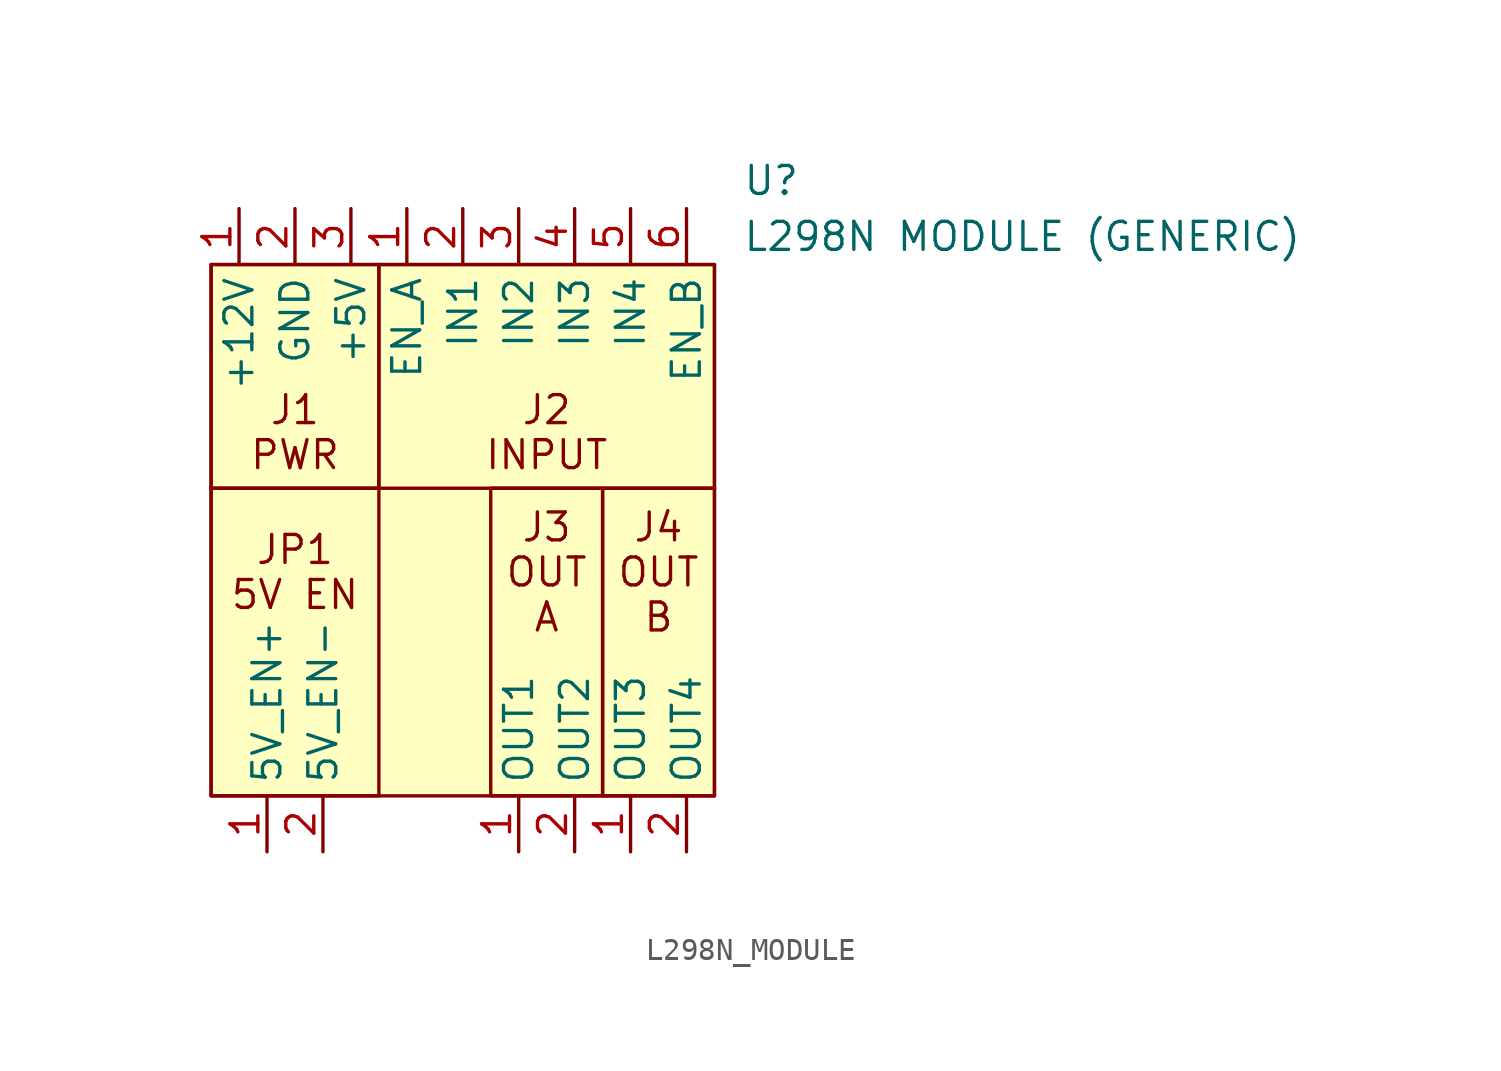
<source format=kicad_sym>
(kicad_symbol_lib
  (version 20231120)
  (generator "kicad_symbol_editor")
  (generator_version "8.0")
  (symbol "L298N_MODULE"
    (property "Reference" "U"
      (at 12.7 17.78 0)
      (effects (font (size 1.27 1.27)) (justify left)))
    (property "Value" "L298N MODULE (GENERIC)"
      (at 12.7 15.24 0)
      (effects (font (size 1.27 1.27)) (justify left)))
    (symbol "L298N_MODULE_1_0"
      (pin unspecified line (at -10.16 16.51 270) (length 2.54) (name "+12V" (effects (font (size 1.27 1.27)))) (number "1" (effects (font (size 1.27 1.27)))))
      (pin unspecified line (at -8.89 -12.7 90) (length 2.54) (name "5V_EN+" (effects (font (size 1.27 1.27)))) (number "1" (effects (font (size 1.27 1.27)))))
      (pin unspecified line (at -2.54 16.51 270) (length 2.54) (name "EN_A" (effects (font (size 1.27 1.27)))) (number "1" (effects (font (size 1.27 1.27)))))
      (pin unspecified line (at 2.54 -12.7 90) (length 2.54) (name "OUT1" (effects (font (size 1.27 1.27)))) (number "1" (effects (font (size 1.27 1.27)))))
      (pin unspecified line (at 7.62 -12.7 90) (length 2.54) (name "OUT3" (effects (font (size 1.27 1.27)))) (number "1" (effects (font (size 1.27 1.27)))))
      (pin unspecified line (at -6.35 -12.7 90) (length 2.54) (name "5V_EN-" (effects (font (size 1.27 1.27)))) (number "2" (effects (font (size 1.27 1.27)))))
      (pin unspecified line (at -7.62 16.51 270) (length 2.54) (name "GND" (effects (font (size 1.27 1.27)))) (number "2" (effects (font (size 1.27 1.27)))))
      (pin unspecified line (at 0 16.51 270) (length 2.54) (name "IN1" (effects (font (size 1.27 1.27)))) (number "2" (effects (font (size 1.27 1.27)))))
      (pin unspecified line (at 5.08 -12.7 90) (length 2.54) (name "OUT2" (effects (font (size 1.27 1.27)))) (number "2" (effects (font (size 1.27 1.27)))))
      (pin unspecified line (at 10.16 -12.7 90) (length 2.54) (name "OUT4" (effects (font (size 1.27 1.27)))) (number "2" (effects (font (size 1.27 1.27)))))
      (pin unspecified line (at -5.08 16.51 270) (length 2.54) (name "+5V" (effects (font (size 1.27 1.27)))) (number "3" (effects (font (size 1.27 1.27)))))
      (pin unspecified line (at 2.54 16.51 270) (length 2.54) (name "IN2" (effects (font (size 1.27 1.27)))) (number "3" (effects (font (size 1.27 1.27)))))
      (pin unspecified line (at 5.08 16.51 270) (length 2.54) (name "IN3" (effects (font (size 1.27 1.27)))) (number "4" (effects (font (size 1.27 1.27)))))
      (pin unspecified line (at 7.62 16.51 270) (length 2.54) (name "IN4" (effects (font (size 1.27 1.27)))) (number "5" (effects (font (size 1.27 1.27)))))
      (pin unspecified line (at 10.16 16.51 270) (length 2.54) (name "EN_B" (effects (font (size 1.27 1.27)))) (number "6" (effects (font (size 1.27 1.27))))))
    (symbol "L298N_MODULE_1_1"
      (rectangle (start -11.43 3.81) (end -3.81 -10.16) (stroke (width 0) (type default)) (fill (type none)))
      (rectangle (start -11.43 13.97) (end -3.81 3.81) (stroke (width 0) (type default)) (fill (type none)))
      (rectangle (start -11.43 13.97) (end 11.43 -10.16) (stroke (width 0) (type default)) (fill (type background)))
      (rectangle (start -3.81 13.97) (end 11.43 3.81) (stroke (width 0) (type default)) (fill (type none)))
      (rectangle (start 1.27 3.81) (end 6.35 -10.16) (stroke (width 0) (type default)) (fill (type none)))
      (rectangle (start 6.35 3.81) (end 11.43 -10.16) (stroke (width 0) (type default)) (fill (type none)))
      (text "J1\nPWR" (at -7.62 6.35 0) (effects (font (size 1.27 1.27))))
      (text "J2\nINPUT" (at 3.81 6.35 0) (effects (font (size 1.27 1.27))))
      (text "J3\nOUT\nA" (at 3.81 0 0) (effects (font (size 1.27 1.27))))
      (text "J4\nOUT\nB" (at 8.89 0 0) (effects (font (size 1.27 1.27))))
      (text "JP1\n5V EN" (at -7.62 0 0) (effects (font (size 1.27 1.27)))))))
</source>
